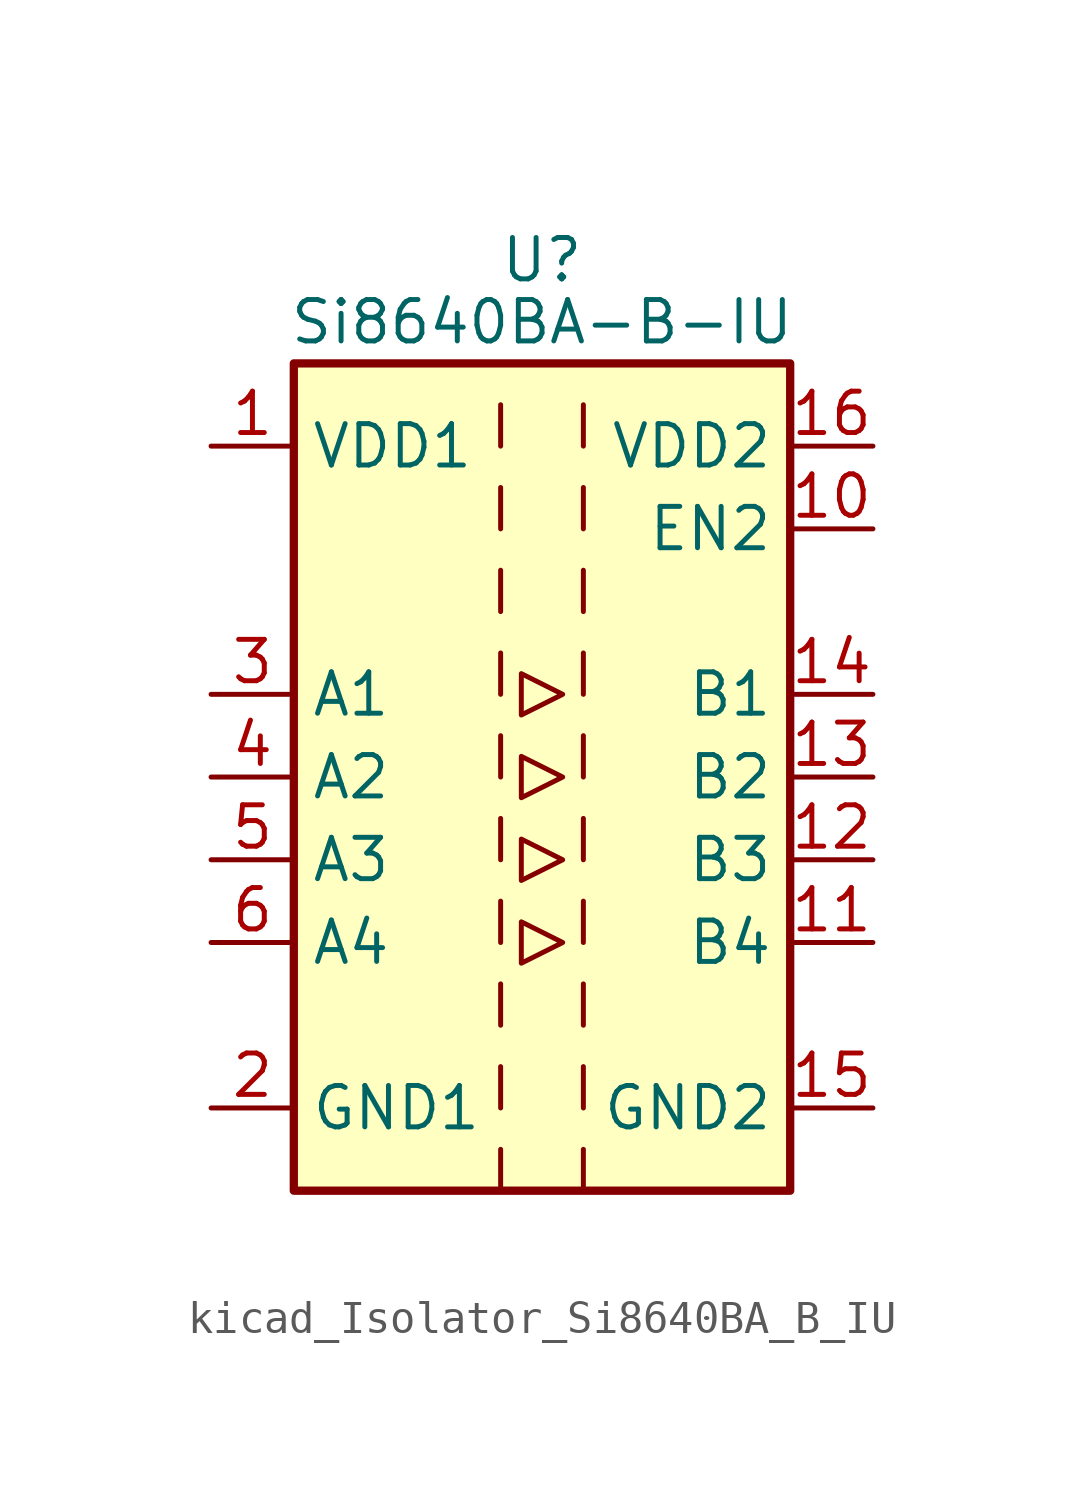
<source format=kicad_sym>
(kicad_symbol_lib
  (version 20220914)
  (generator kicad_symbol_editor)
  (symbol "kicad_Isolator_Si8640BA_B_IU"
    (property "Reference" "U"
      (at 0 15.875 0)
      (effects (font (size 1.27 1.27))))
    (property "Value" "Si8640BA-B-IU"
      (at 0 13.97 0)
      (effects (font (size 1.27 1.27))))
    (symbol "kicad_Isolator_Si8640BA_B_IU_0_1"
      (rectangle (start -7.62 12.7) (end 7.62 -12.7) (stroke (width 0.254) (type default)) (fill (type background)))
      (polyline (pts (xy -1.27 -11.43) (xy -1.27 -12.7)) (stroke (width 0) (type default)) (fill (type none)))
      (polyline (pts (xy -1.27 -8.89) (xy -1.27 -10.16)) (stroke (width 0) (type default)) (fill (type none)))
      (polyline (pts (xy -1.27 -6.35) (xy -1.27 -7.62)) (stroke (width 0) (type default)) (fill (type none)))
      (polyline (pts (xy -1.27 -3.81) (xy -1.27 -5.08)) (stroke (width 0) (type default)) (fill (type none)))
      (polyline (pts (xy -1.27 -1.27) (xy -1.27 -2.54)) (stroke (width 0) (type default)) (fill (type none)))
      (polyline (pts (xy -1.27 1.27) (xy -1.27 0)) (stroke (width 0) (type default)) (fill (type none)))
      (polyline (pts (xy -1.27 3.81) (xy -1.27 2.54)) (stroke (width 0) (type default)) (fill (type none)))
      (polyline (pts (xy -1.27 6.35) (xy -1.27 5.08)) (stroke (width 0) (type default)) (fill (type none)))
      (polyline (pts (xy -1.27 8.89) (xy -1.27 7.62)) (stroke (width 0) (type default)) (fill (type none)))
      (polyline (pts (xy -1.27 11.43) (xy -1.27 10.16)) (stroke (width 0) (type default)) (fill (type none)))
      (polyline (pts (xy 1.27 -11.43) (xy 1.27 -12.7)) (stroke (width 0) (type default)) (fill (type none)))
      (polyline (pts (xy 1.27 -8.89) (xy 1.27 -10.16)) (stroke (width 0) (type default)) (fill (type none)))
      (polyline (pts (xy 1.27 -6.35) (xy 1.27 -7.62)) (stroke (width 0) (type default)) (fill (type none)))
      (polyline (pts (xy 1.27 -3.81) (xy 1.27 -5.08)) (stroke (width 0) (type default)) (fill (type none)))
      (polyline (pts (xy 1.27 -1.27) (xy 1.27 -2.54)) (stroke (width 0) (type default)) (fill (type none)))
      (polyline (pts (xy 1.27 1.27) (xy 1.27 0)) (stroke (width 0) (type default)) (fill (type none)))
      (polyline (pts (xy 1.27 3.81) (xy 1.27 2.54)) (stroke (width 0) (type default)) (fill (type none)))
      (polyline (pts (xy 1.27 6.35) (xy 1.27 5.08)) (stroke (width 0) (type default)) (fill (type none)))
      (polyline (pts (xy 1.27 8.89) (xy 1.27 7.62)) (stroke (width 0) (type default)) (fill (type none)))
      (polyline (pts (xy 1.27 11.43) (xy 1.27 10.16)) (stroke (width 0) (type default)) (fill (type none)))
      (polyline (pts (xy -0.635 0.635) (xy -0.635 -0.635) (xy 0.635 0) (xy -0.635 0.635)) (stroke (width 0) (type default)) (fill (type none)))
      (polyline (pts (xy -0.635 3.175) (xy -0.635 1.905) (xy 0.635 2.54) (xy -0.635 3.175)) (stroke (width 0) (type default)) (fill (type none)))
      (polyline (pts (xy 0.635 -5.08) (xy -0.635 -4.445) (xy -0.635 -5.715) (xy 0.635 -5.08)) (stroke (width 0) (type default)) (fill (type none)))
      (polyline (pts (xy 0.635 -2.54) (xy -0.635 -1.905) (xy -0.635 -3.175) (xy 0.635 -2.54)) (stroke (width 0) (type default)) (fill (type none))))
    (symbol "kicad_Isolator_Si8640BA_B_IU_1_1"
      (pin power_in line (at -10.16 10.16 0) (length 2.54) (name "VDD1" (effects (font (size 1.27 1.27)))) (number "1" (effects (font (size 1.27 1.27)))))
      (pin input line (at 10.16 7.62 180) (length 2.54) (name "EN2" (effects (font (size 1.27 1.27)))) (number "10" (effects (font (size 1.27 1.27)))))
      (pin output line (at 10.16 -5.08 180) (length 2.54) (name "B4" (effects (font (size 1.27 1.27)))) (number "11" (effects (font (size 1.27 1.27)))))
      (pin output line (at 10.16 -2.54 180) (length 2.54) (name "B3" (effects (font (size 1.27 1.27)))) (number "12" (effects (font (size 1.27 1.27)))))
      (pin output line (at 10.16 0 180) (length 2.54) (name "B2" (effects (font (size 1.27 1.27)))) (number "13" (effects (font (size 1.27 1.27)))))
      (pin output line (at 10.16 2.54 180) (length 2.54) (name "B1" (effects (font (size 1.27 1.27)))) (number "14" (effects (font (size 1.27 1.27)))))
      (pin power_in line (at 10.16 -10.16 180) (length 2.54) (name "GND2" (effects (font (size 1.27 1.27)))) (number "15" (effects (font (size 1.27 1.27)))))
      (pin power_in line (at 10.16 10.16 180) (length 2.54) (name "VDD2" (effects (font (size 1.27 1.27)))) (number "16" (effects (font (size 1.27 1.27)))))
      (pin power_in line (at -10.16 -10.16 0) (length 2.54) (name "GND1" (effects (font (size 1.27 1.27)))) (number "2" (effects (font (size 1.27 1.27)))))
      (pin input line (at -10.16 2.54 0) (length 2.54) (name "A1" (effects (font (size 1.27 1.27)))) (number "3" (effects (font (size 1.27 1.27)))))
      (pin input line (at -10.16 0 0) (length 2.54) (name "A2" (effects (font (size 1.27 1.27)))) (number "4" (effects (font (size 1.27 1.27)))))
      (pin input line (at -10.16 -2.54 0) (length 2.54) (name "A3" (effects (font (size 1.27 1.27)))) (number "5" (effects (font (size 1.27 1.27)))))
      (pin input line (at -10.16 -5.08 0) (length 2.54) (name "A4" (effects (font (size 1.27 1.27)))) (number "6" (effects (font (size 1.27 1.27)))))
      (pin no_connect line (at -7.62 7.62 0) (length 2.54) hide (name "NC" (effects (font (size 1.27 1.27)))) (number "7" (effects (font (size 1.27 1.27)))))
      (pin passive line (at -10.16 -10.16 0) (length 2.54) hide (name "GND1" (effects (font (size 1.27 1.27)))) (number "8" (effects (font (size 1.27 1.27)))))
      (pin passive line (at 10.16 -10.16 180) (length 2.54) hide (name "GND2" (effects (font (size 1.27 1.27)))) (number "9" (effects (font (size 1.27 1.27))))))))
</source>
